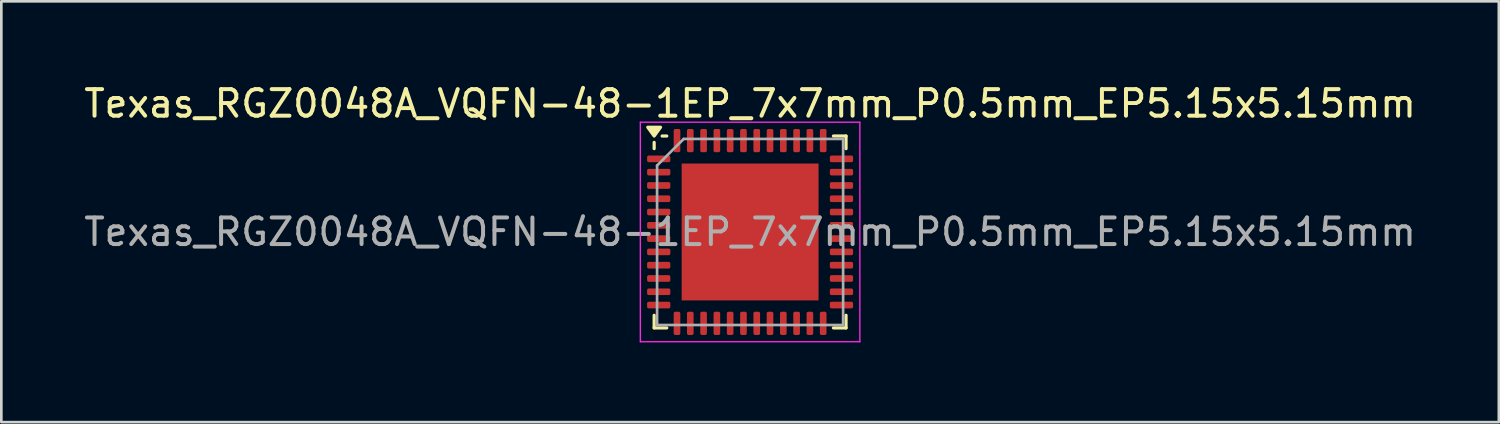
<source format=kicad_pcb>
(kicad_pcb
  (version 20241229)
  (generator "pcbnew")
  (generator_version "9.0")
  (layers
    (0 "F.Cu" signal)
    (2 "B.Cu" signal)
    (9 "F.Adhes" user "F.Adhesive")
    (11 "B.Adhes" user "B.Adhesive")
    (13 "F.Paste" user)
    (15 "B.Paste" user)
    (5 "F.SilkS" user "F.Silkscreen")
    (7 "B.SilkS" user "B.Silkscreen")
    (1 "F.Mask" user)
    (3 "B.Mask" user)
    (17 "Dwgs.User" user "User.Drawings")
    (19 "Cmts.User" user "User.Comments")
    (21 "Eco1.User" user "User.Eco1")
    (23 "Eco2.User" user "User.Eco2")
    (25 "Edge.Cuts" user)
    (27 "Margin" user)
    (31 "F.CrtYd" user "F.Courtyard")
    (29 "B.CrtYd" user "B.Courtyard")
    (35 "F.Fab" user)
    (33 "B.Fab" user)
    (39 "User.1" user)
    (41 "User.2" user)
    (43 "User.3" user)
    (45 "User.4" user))
  (footprint "Texas_RGZ0048A_VQFN-48-1EP_7x7mm_P0.5mm_EP5.15x5.15mm"
    (layer "F.Cu")
    (at 25.173 5.678)
    (property "Reference" "Texas_RGZ0048A_VQFN-48-1EP_7x7mm_P0.5mm_EP5.15x5.15mm" (at 0 -4.83 0) (layer "F.SilkS") (effects (font (size 1 1) (thickness 0.15))))
    (attr smd)
    (fp_line (start -3.61 -3.135) (end -3.61 -3.37) (stroke (width 0.12) (type solid)) (layer "F.SilkS"))
    (fp_line (start -3.61 3.61) (end -3.61 3.135) (stroke (width 0.12) (type solid)) (layer "F.SilkS"))
    (fp_line (start -3.135 -3.61) (end -3.31 -3.61) (stroke (width 0.12) (type solid)) (layer "F.SilkS"))
    (fp_line (start -3.135 3.61) (end -3.61 3.61) (stroke (width 0.12) (type solid)) (layer "F.SilkS"))
    (fp_line (start 3.135 -3.61) (end 3.61 -3.61) (stroke (width 0.12) (type solid)) (layer "F.SilkS"))
    (fp_line (start 3.135 3.61) (end 3.61 3.61) (stroke (width 0.12) (type solid)) (layer "F.SilkS"))
    (fp_line (start 3.61 -3.61) (end 3.61 -3.135) (stroke (width 0.12) (type solid)) (layer "F.SilkS"))
    (fp_line (start 3.61 3.61) (end 3.61 3.135) (stroke (width 0.12) (type solid)) (layer "F.SilkS"))
    (fp_poly (pts (xy -3.61 -3.61) (xy -3.85 -3.94) (xy -3.37 -3.94) (xy -3.61 -3.61)) (stroke (width 0.12) (type solid)) (fill yes) (layer "F.SilkS"))
    (fp_line (start -4.13 -4.13) (end -4.13 4.13) (stroke (width 0.05) (type solid)) (layer "F.CrtYd"))
    (fp_line (start -4.13 4.13) (end 4.13 4.13) (stroke (width 0.05) (type solid)) (layer "F.CrtYd"))
    (fp_line (start 4.13 -4.13) (end -4.13 -4.13) (stroke (width 0.05) (type solid)) (layer "F.CrtYd"))
    (fp_line (start 4.13 4.13) (end 4.13 -4.13) (stroke (width 0.05) (type solid)) (layer "F.CrtYd"))
    (fp_line (start -3.5 -2.5) (end -2.5 -3.5) (stroke (width 0.1) (type solid)) (layer "F.Fab"))
    (fp_line (start -3.5 3.5) (end -3.5 -2.5) (stroke (width 0.1) (type solid)) (layer "F.Fab"))
    (fp_line (start -2.5 -3.5) (end 3.5 -3.5) (stroke (width 0.1) (type solid)) (layer "F.Fab"))
    (fp_line (start 3.5 -3.5) (end 3.5 3.5) (stroke (width 0.1) (type solid)) (layer "F.Fab"))
    (fp_line (start 3.5 3.5) (end -3.5 3.5) (stroke (width 0.1) (type solid)) (layer "F.Fab"))
    (fp_text user "${REFERENCE}" (at 0 0 0) (layer "F.Fab") (effects (font (size 1 1) (thickness 0.15))))
    (pad "" smd roundrect (at -1.935 -1.935) (size 1.04 1.04) (layers "F.Paste") (roundrect_rratio 0.24))
    (pad "" smd roundrect (at -1.935 -0.645) (size 1.04 1.04) (layers "F.Paste") (roundrect_rratio 0.24))
    (pad "" smd roundrect (at -1.935 0.645) (size 1.04 1.04) (layers "F.Paste") (roundrect_rratio 0.24))
    (pad "" smd roundrect (at -1.935 1.935) (size 1.04 1.04) (layers "F.Paste") (roundrect_rratio 0.24))
    (pad "" smd roundrect (at -0.645 -1.935) (size 1.04 1.04) (layers "F.Paste") (roundrect_rratio 0.24))
    (pad "" smd roundrect (at -0.645 -0.645) (size 1.04 1.04) (layers "F.Paste") (roundrect_rratio 0.24))
    (pad "" smd roundrect (at -0.645 0.645) (size 1.04 1.04) (layers "F.Paste") (roundrect_rratio 0.24))
    (pad "" smd roundrect (at -0.645 1.935) (size 1.04 1.04) (layers "F.Paste") (roundrect_rratio 0.24))
    (pad "" smd roundrect (at 0.645 -1.935) (size 1.04 1.04) (layers "F.Paste") (roundrect_rratio 0.24))
    (pad "" smd roundrect (at 0.645 -0.645) (size 1.04 1.04) (layers "F.Paste") (roundrect_rratio 0.24))
    (pad "" smd roundrect (at 0.645 0.645) (size 1.04 1.04) (layers "F.Paste") (roundrect_rratio 0.24))
    (pad "" smd roundrect (at 0.645 1.935) (size 1.04 1.04) (layers "F.Paste") (roundrect_rratio 0.24))
    (pad "" smd roundrect (at 1.935 -1.935) (size 1.04 1.04) (layers "F.Paste") (roundrect_rratio 0.24))
    (pad "" smd roundrect (at 1.935 -0.645) (size 1.04 1.04) (layers "F.Paste") (roundrect_rratio 0.24))
    (pad "" smd roundrect (at 1.935 0.645) (size 1.04 1.04) (layers "F.Paste") (roundrect_rratio 0.24))
    (pad "" smd roundrect (at 1.935 1.935) (size 1.04 1.04) (layers "F.Paste") (roundrect_rratio 0.24))
    (pad "1" smd roundrect (at -3.438 -2.75) (size 0.875 0.25) (layers "F.Cu" "F.Mask" "F.Paste") (roundrect_rratio 0.25))
    (pad "2" smd roundrect (at -3.438 -2.25) (size 0.875 0.25) (layers "F.Cu" "F.Mask" "F.Paste") (roundrect_rratio 0.25))
    (pad "3" smd roundrect (at -3.438 -1.75) (size 0.875 0.25) (layers "F.Cu" "F.Mask" "F.Paste") (roundrect_rratio 0.25))
    (pad "4" smd roundrect (at -3.438 -1.25) (size 0.875 0.25) (layers "F.Cu" "F.Mask" "F.Paste") (roundrect_rratio 0.25))
    (pad "5" smd roundrect (at -3.438 -0.75) (size 0.875 0.25) (layers "F.Cu" "F.Mask" "F.Paste") (roundrect_rratio 0.25))
    (pad "6" smd roundrect (at -3.438 -0.25) (size 0.875 0.25) (layers "F.Cu" "F.Mask" "F.Paste") (roundrect_rratio 0.25))
    (pad "7" smd roundrect (at -3.438 0.25) (size 0.875 0.25) (layers "F.Cu" "F.Mask" "F.Paste") (roundrect_rratio 0.25))
    (pad "8" smd roundrect (at -3.438 0.75) (size 0.875 0.25) (layers "F.Cu" "F.Mask" "F.Paste") (roundrect_rratio 0.25))
    (pad "9" smd roundrect (at -3.438 1.25) (size 0.875 0.25) (layers "F.Cu" "F.Mask" "F.Paste") (roundrect_rratio 0.25))
    (pad "10" smd roundrect (at -3.438 1.75) (size 0.875 0.25) (layers "F.Cu" "F.Mask" "F.Paste") (roundrect_rratio 0.25))
    (pad "11" smd roundrect (at -3.438 2.25) (size 0.875 0.25) (layers "F.Cu" "F.Mask" "F.Paste") (roundrect_rratio 0.25))
    (pad "12" smd roundrect (at -3.438 2.75) (size 0.875 0.25) (layers "F.Cu" "F.Mask" "F.Paste") (roundrect_rratio 0.25))
    (pad "13" smd roundrect (at -2.75 3.438) (size 0.25 0.875) (layers "F.Cu" "F.Mask" "F.Paste") (roundrect_rratio 0.25))
    (pad "14" smd roundrect (at -2.25 3.438) (size 0.25 0.875) (layers "F.Cu" "F.Mask" "F.Paste") (roundrect_rratio 0.25))
    (pad "15" smd roundrect (at -1.75 3.438) (size 0.25 0.875) (layers "F.Cu" "F.Mask" "F.Paste") (roundrect_rratio 0.25))
    (pad "16" smd roundrect (at -1.25 3.438) (size 0.25 0.875) (layers "F.Cu" "F.Mask" "F.Paste") (roundrect_rratio 0.25))
    (pad "17" smd roundrect (at -0.75 3.438) (size 0.25 0.875) (layers "F.Cu" "F.Mask" "F.Paste") (roundrect_rratio 0.25))
    (pad "18" smd roundrect (at -0.25 3.438) (size 0.25 0.875) (layers "F.Cu" "F.Mask" "F.Paste") (roundrect_rratio 0.25))
    (pad "19" smd roundrect (at 0.25 3.438) (size 0.25 0.875) (layers "F.Cu" "F.Mask" "F.Paste") (roundrect_rratio 0.25))
    (pad "20" smd roundrect (at 0.75 3.438) (size 0.25 0.875) (layers "F.Cu" "F.Mask" "F.Paste") (roundrect_rratio 0.25))
    (pad "21" smd roundrect (at 1.25 3.438) (size 0.25 0.875) (layers "F.Cu" "F.Mask" "F.Paste") (roundrect_rratio 0.25))
    (pad "22" smd roundrect (at 1.75 3.438) (size 0.25 0.875) (layers "F.Cu" "F.Mask" "F.Paste") (roundrect_rratio 0.25))
    (pad "23" smd roundrect (at 2.25 3.438) (size 0.25 0.875) (layers "F.Cu" "F.Mask" "F.Paste") (roundrect_rratio 0.25))
    (pad "24" smd roundrect (at 2.75 3.438) (size 0.25 0.875) (layers "F.Cu" "F.Mask" "F.Paste") (roundrect_rratio 0.25))
    (pad "25" smd roundrect (at 3.438 2.75) (size 0.875 0.25) (layers "F.Cu" "F.Mask" "F.Paste") (roundrect_rratio 0.25))
    (pad "26" smd roundrect (at 3.438 2.25) (size 0.875 0.25) (layers "F.Cu" "F.Mask" "F.Paste") (roundrect_rratio 0.25))
    (pad "27" smd roundrect (at 3.438 1.75) (size 0.875 0.25) (layers "F.Cu" "F.Mask" "F.Paste") (roundrect_rratio 0.25))
    (pad "28" smd roundrect (at 3.438 1.25) (size 0.875 0.25) (layers "F.Cu" "F.Mask" "F.Paste") (roundrect_rratio 0.25))
    (pad "29" smd roundrect (at 3.438 0.75) (size 0.875 0.25) (layers "F.Cu" "F.Mask" "F.Paste") (roundrect_rratio 0.25))
    (pad "30" smd roundrect (at 3.438 0.25) (size 0.875 0.25) (layers "F.Cu" "F.Mask" "F.Paste") (roundrect_rratio 0.25))
    (pad "31" smd roundrect (at 3.438 -0.25) (size 0.875 0.25) (layers "F.Cu" "F.Mask" "F.Paste") (roundrect_rratio 0.25))
    (pad "32" smd roundrect (at 3.438 -0.75) (size 0.875 0.25) (layers "F.Cu" "F.Mask" "F.Paste") (roundrect_rratio 0.25))
    (pad "33" smd roundrect (at 3.438 -1.25) (size 0.875 0.25) (layers "F.Cu" "F.Mask" "F.Paste") (roundrect_rratio 0.25))
    (pad "34" smd roundrect (at 3.438 -1.75) (size 0.875 0.25) (layers "F.Cu" "F.Mask" "F.Paste") (roundrect_rratio 0.25))
    (pad "35" smd roundrect (at 3.438 -2.25) (size 0.875 0.25) (layers "F.Cu" "F.Mask" "F.Paste") (roundrect_rratio 0.25))
    (pad "36" smd roundrect (at 3.438 -2.75) (size 0.875 0.25) (layers "F.Cu" "F.Mask" "F.Paste") (roundrect_rratio 0.25))
    (pad "37" smd roundrect (at 2.75 -3.438) (size 0.25 0.875) (layers "F.Cu" "F.Mask" "F.Paste") (roundrect_rratio 0.25))
    (pad "38" smd roundrect (at 2.25 -3.438) (size 0.25 0.875) (layers "F.Cu" "F.Mask" "F.Paste") (roundrect_rratio 0.25))
    (pad "39" smd roundrect (at 1.75 -3.438) (size 0.25 0.875) (layers "F.Cu" "F.Mask" "F.Paste") (roundrect_rratio 0.25))
    (pad "40" smd roundrect (at 1.25 -3.438) (size 0.25 0.875) (layers "F.Cu" "F.Mask" "F.Paste") (roundrect_rratio 0.25))
    (pad "41" smd roundrect (at 0.75 -3.438) (size 0.25 0.875) (layers "F.Cu" "F.Mask" "F.Paste") (roundrect_rratio 0.25))
    (pad "42" smd roundrect (at 0.25 -3.438) (size 0.25 0.875) (layers "F.Cu" "F.Mask" "F.Paste") (roundrect_rratio 0.25))
    (pad "43" smd roundrect (at -0.25 -3.438) (size 0.25 0.875) (layers "F.Cu" "F.Mask" "F.Paste") (roundrect_rratio 0.25))
    (pad "44" smd roundrect (at -0.75 -3.438) (size 0.25 0.875) (layers "F.Cu" "F.Mask" "F.Paste") (roundrect_rratio 0.25))
    (pad "45" smd roundrect (at -1.25 -3.438) (size 0.25 0.875) (layers "F.Cu" "F.Mask" "F.Paste") (roundrect_rratio 0.25))
    (pad "46" smd roundrect (at -1.75 -3.438) (size 0.25 0.875) (layers "F.Cu" "F.Mask" "F.Paste") (roundrect_rratio 0.25))
    (pad "47" smd roundrect (at -2.25 -3.438) (size 0.25 0.875) (layers "F.Cu" "F.Mask" "F.Paste") (roundrect_rratio 0.25))
    (pad "48" smd roundrect (at -2.75 -3.438) (size 0.25 0.875) (layers "F.Cu" "F.Mask" "F.Paste") (roundrect_rratio 0.25))
    (pad "49" smd rect (at 0 0) (size 5.15 5.15) (property pad_prop_heatsink) (layers "F.Cu" "F.Mask")))
  (gr_rect
    (start -3 -3)
    (end 53.345 12.833)
    (stroke (width 0.1) (type default))
    (fill no)
    (layer "Edge.Cuts")))
</source>
